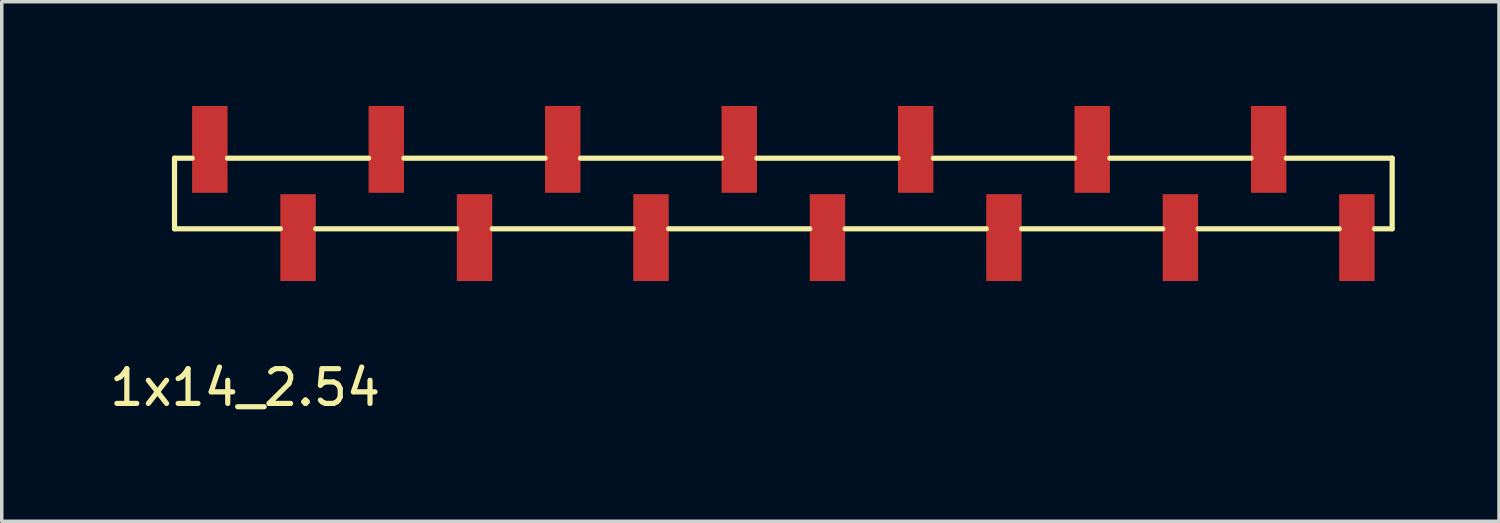
<source format=kicad_pcb>
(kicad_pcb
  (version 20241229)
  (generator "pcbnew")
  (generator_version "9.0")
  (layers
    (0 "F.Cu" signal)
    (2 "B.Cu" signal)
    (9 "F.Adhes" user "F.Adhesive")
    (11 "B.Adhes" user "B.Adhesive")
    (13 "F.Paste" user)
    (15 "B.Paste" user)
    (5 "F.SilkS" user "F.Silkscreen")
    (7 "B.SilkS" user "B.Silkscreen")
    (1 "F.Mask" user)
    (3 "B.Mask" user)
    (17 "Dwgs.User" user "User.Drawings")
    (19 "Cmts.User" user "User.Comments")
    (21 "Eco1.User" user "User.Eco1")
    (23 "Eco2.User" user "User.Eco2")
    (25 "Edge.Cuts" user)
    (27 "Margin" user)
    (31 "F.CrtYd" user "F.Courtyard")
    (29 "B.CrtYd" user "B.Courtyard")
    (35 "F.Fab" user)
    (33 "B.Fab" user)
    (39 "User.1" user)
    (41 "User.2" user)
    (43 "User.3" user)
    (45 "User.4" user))
  (footprint "1x14_2.54"
    (layer "F.Cu")
    (at 2.99 2.52)
    (property "Reference" "1x14_2.54" (at 1.016 5.588 0) (layer "F.SilkS") (effects (font (size 1 1) (thickness 0.15))))
    (attr through_hole)
    (fp_line (start -1.016 -1.016) (end -1.016 1.016) (stroke (width 0.15) (type solid)) (layer "F.SilkS"))
    (fp_line (start -1.016 1.016) (end 2.032 1.016) (stroke (width 0.15) (type solid)) (layer "F.SilkS"))
    (fp_line (start -0.508 -1.016) (end -1.016 -1.016) (stroke (width 0.15) (type solid)) (layer "F.SilkS"))
    (fp_line (start 3.048 1.016) (end 7.112 1.016) (stroke (width 0.15) (type solid)) (layer "F.SilkS"))
    (fp_line (start 4.572 -1.016) (end 0.508 -1.016) (stroke (width 0.15) (type solid)) (layer "F.SilkS"))
    (fp_line (start 8.128 1.016) (end 12.192 1.016) (stroke (width 0.15) (type solid)) (layer "F.SilkS"))
    (fp_line (start 9.652 -1.016) (end 5.588 -1.016) (stroke (width 0.15) (type solid)) (layer "F.SilkS"))
    (fp_line (start 13.208 1.016) (end 17.272 1.016) (stroke (width 0.15) (type solid)) (layer "F.SilkS"))
    (fp_line (start 14.732 -1.016) (end 10.668 -1.016) (stroke (width 0.15) (type solid)) (layer "F.SilkS"))
    (fp_line (start 18.288 1.016) (end 22.352 1.016) (stroke (width 0.15) (type solid)) (layer "F.SilkS"))
    (fp_line (start 19.812 -1.016) (end 15.748 -1.016) (stroke (width 0.15) (type solid)) (layer "F.SilkS"))
    (fp_line (start 23.368 1.016) (end 27.432 1.016) (stroke (width 0.15) (type solid)) (layer "F.SilkS"))
    (fp_line (start 24.892 -1.016) (end 20.828 -1.016) (stroke (width 0.15) (type solid)) (layer "F.SilkS"))
    (fp_line (start 28.448 1.016) (end 32.512 1.016) (stroke (width 0.15) (type solid)) (layer "F.SilkS"))
    (fp_line (start 29.972 -1.016) (end 25.908 -1.016) (stroke (width 0.15) (type solid)) (layer "F.SilkS"))
    (fp_line (start 33.528 1.016) (end 34.036 1.016) (stroke (width 0.15) (type solid)) (layer "F.SilkS"))
    (fp_line (start 34.036 -1.016) (end 30.988 -1.016) (stroke (width 0.15) (type solid)) (layer "F.SilkS"))
    (fp_line (start 34.036 1.016) (end 34.036 -1.016) (stroke (width 0.15) (type solid)) (layer "F.SilkS"))
    (pad "1" smd rect (at 0 -1.27) (size 1.02 2.5) (layers "F.Cu" "F.Mask" "F.Paste"))
    (pad "2" smd rect (at 2.54 1.27) (size 1.02 2.5) (layers "F.Cu" "F.Mask" "F.Paste"))
    (pad "3" smd rect (at 5.08 -1.27) (size 1.02 2.5) (layers "F.Cu" "F.Mask" "F.Paste"))
    (pad "4" smd rect (at 7.62 1.27) (size 1.02 2.5) (layers "F.Cu" "F.Mask" "F.Paste"))
    (pad "5" smd rect (at 10.16 -1.27) (size 1.02 2.5) (layers "F.Cu" "F.Mask" "F.Paste"))
    (pad "6" smd rect (at 12.7 1.27) (size 1.02 2.5) (layers "F.Cu" "F.Mask" "F.Paste"))
    (pad "7" smd rect (at 15.24 -1.27) (size 1.02 2.5) (layers "F.Cu" "F.Mask" "F.Paste"))
    (pad "8" smd rect (at 17.78 1.27) (size 1.02 2.5) (layers "F.Cu" "F.Mask" "F.Paste"))
    (pad "9" smd rect (at 20.32 -1.27) (size 1.02 2.5) (layers "F.Cu" "F.Mask" "F.Paste"))
    (pad "10" smd rect (at 22.86 1.27) (size 1.02 2.5) (layers "F.Cu" "F.Mask" "F.Paste"))
    (pad "11" smd rect (at 25.4 -1.27) (size 1.02 2.5) (layers "F.Cu" "F.Mask" "F.Paste"))
    (pad "12" smd rect (at 27.94 1.27) (size 1.02 2.5) (layers "F.Cu" "F.Mask" "F.Paste"))
    (pad "13" smd rect (at 30.48 -1.27) (size 1.02 2.5) (layers "F.Cu" "F.Mask" "F.Paste"))
    (pad "14" smd rect (at 33.02 1.27) (size 1.02 2.5) (layers "F.Cu" "F.Mask" "F.Paste")))
  (gr_rect
    (start -3 -3)
    (end 40.101 11.956)
    (stroke (width 0.1) (type default))
    (fill no)
    (layer "Edge.Cuts")))
</source>
